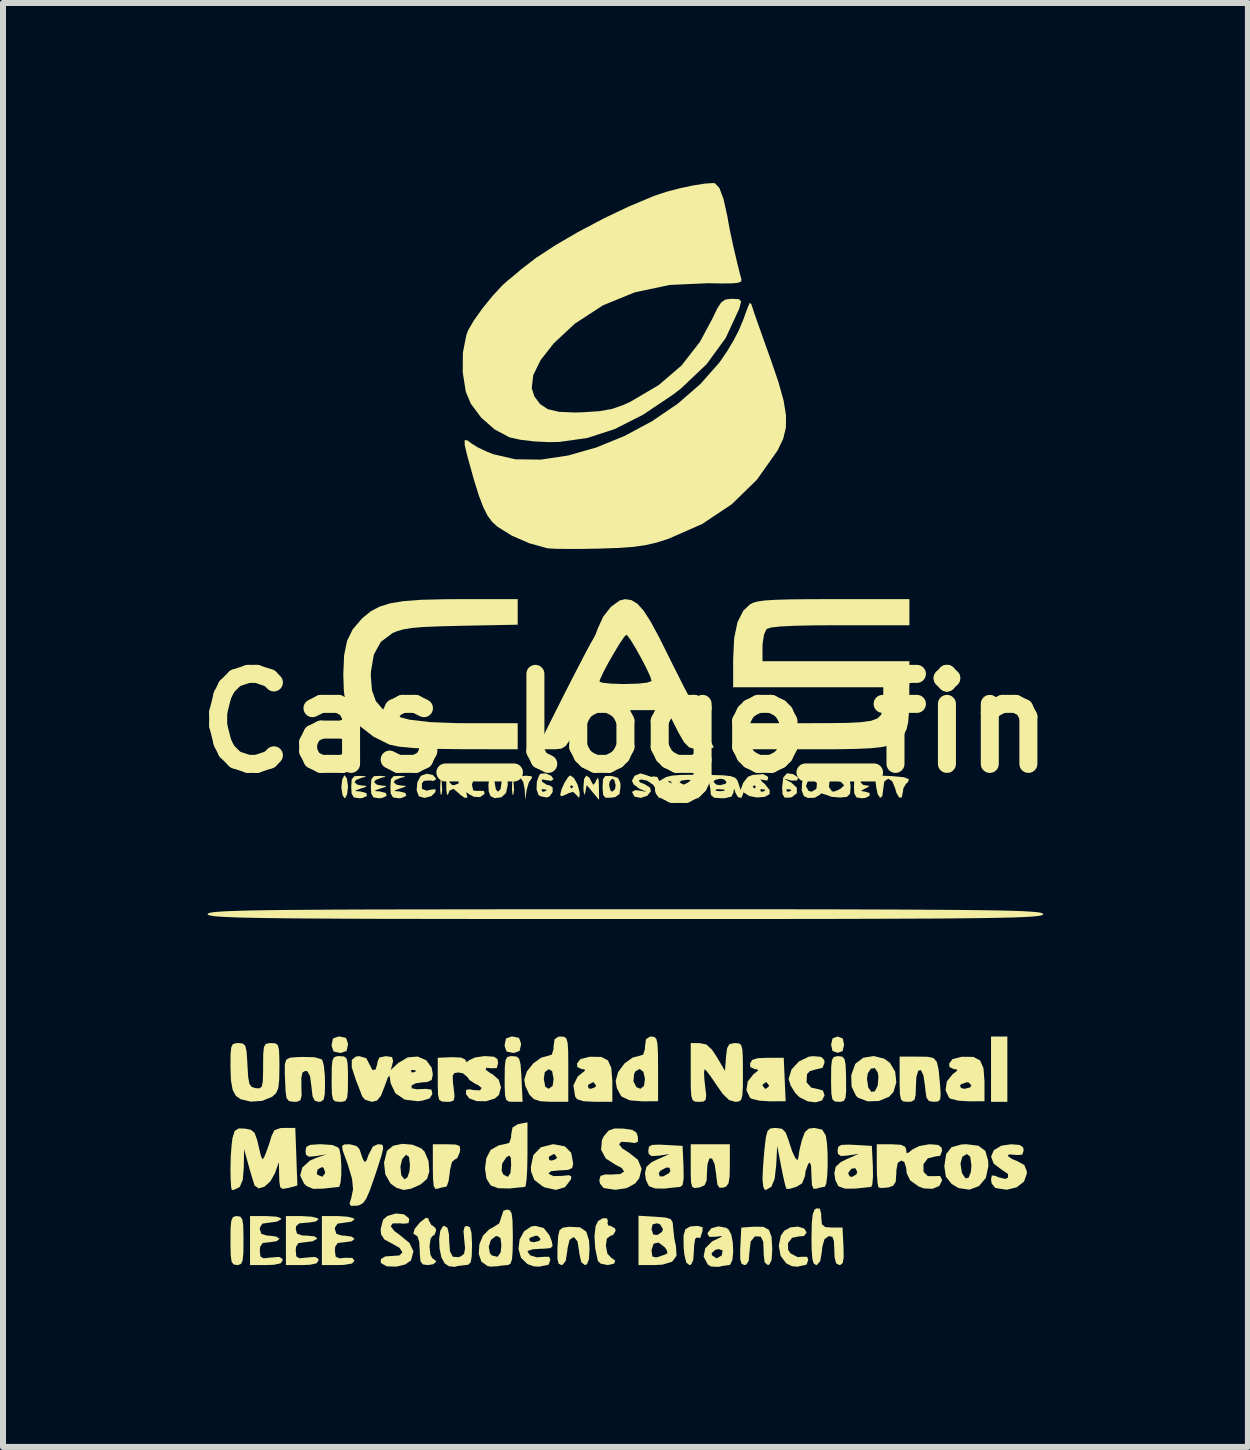
<source format=kicad_pcb>
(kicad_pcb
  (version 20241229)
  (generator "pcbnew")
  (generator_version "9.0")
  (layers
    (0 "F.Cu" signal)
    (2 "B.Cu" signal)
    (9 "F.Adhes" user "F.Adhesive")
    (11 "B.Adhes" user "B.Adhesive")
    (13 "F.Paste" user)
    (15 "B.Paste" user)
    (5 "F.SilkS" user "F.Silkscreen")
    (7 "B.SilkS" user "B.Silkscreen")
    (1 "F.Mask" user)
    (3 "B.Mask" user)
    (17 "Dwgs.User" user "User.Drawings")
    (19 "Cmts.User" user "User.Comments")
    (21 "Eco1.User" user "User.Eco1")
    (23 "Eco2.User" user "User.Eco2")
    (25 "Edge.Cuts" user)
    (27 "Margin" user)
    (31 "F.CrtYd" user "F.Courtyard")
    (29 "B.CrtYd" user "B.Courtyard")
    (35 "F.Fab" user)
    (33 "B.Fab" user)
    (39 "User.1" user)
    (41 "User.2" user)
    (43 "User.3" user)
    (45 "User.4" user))
  (footprint "Cas_logo_fin"
    (layer "F.Cu")
    (at 7.371 9)
    (property "Reference" "Cas_logo_fin" (at 0 0 0) (layer "F.SilkS") (effects (font (size 1.5 1.5) (thickness 0.3))))
    (attr board_only exclude_from_pos_files exclude_from_bom)
    (fp_poly (pts (xy -3.062 0.966) (xy -3.053 1.108) (xy -3.063 1.184) (xy -3.078 1.196) (xy -3.086 1.118) (xy -3.086 1.061) (xy -3.081 0.955) (xy -3.069 0.939)) (stroke (width 0) (type solid)) (fill yes) (layer "F.SilkS"))
    (fp_poly (pts (xy -1.865 0.966) (xy -1.856 1.108) (xy -1.866 1.184) (xy -1.881 1.196) (xy -1.889 1.118) (xy -1.89 1.061) (xy -1.885 0.955) (xy -1.872 0.939)) (stroke (width 0) (type solid)) (fill yes) (layer "F.SilkS"))
    (fp_poly (pts (xy 3.621 5.253) (xy 3.644 5.357) (xy 3.619 5.464) (xy 3.535 5.493) (xy 3.45 5.461) (xy 3.427 5.357) (xy 3.452 5.251) (xy 3.535 5.221)) (stroke (width 0) (type solid)) (fill yes) (layer "F.SilkS"))
    (fp_poly (pts (xy 6.364 5.765) (xy 6.364 6.309) (xy 6.228 6.309) (xy 6.092 6.309) (xy 6.092 5.765) (xy 6.092 5.221) (xy 6.228 5.221) (xy 6.364 5.221)) (stroke (width 0) (type solid)) (fill yes) (layer "F.SilkS"))
    (fp_poly (pts (xy -4.656 5.244) (xy -4.624 5.332) (xy -4.623 5.357) (xy -4.646 5.461) (xy -4.734 5.493) (xy -4.759 5.493) (xy -4.863 5.471) (xy -4.894 5.382) (xy -4.895 5.357) (xy -4.873 5.254) (xy -4.784 5.222) (xy -4.759 5.221)) (stroke (width 0) (type solid)) (fill yes) (layer "F.SilkS"))
    (fp_poly (pts (xy -4.642 0.918) (xy -4.624 1.036) (xy -4.623 1.061) (xy -4.637 1.186) (xy -4.67 1.249) (xy -4.678 1.251) (xy -4.713 1.203) (xy -4.731 1.086) (xy -4.732 1.061) (xy -4.718 0.935) (xy -4.685 0.872) (xy -4.678 0.87)) (stroke (width 0) (type solid)) (fill yes) (layer "F.SilkS"))
    (fp_poly (pts (xy -1.773 5.244) (xy -1.741 5.332) (xy -1.74 5.357) (xy -1.763 5.461) (xy -1.851 5.493) (xy -1.876 5.493) (xy -1.98 5.471) (xy -2.012 5.382) (xy -2.012 5.357) (xy -1.99 5.254) (xy -1.902 5.222) (xy -1.876 5.221)) (stroke (width 0) (type solid)) (fill yes) (layer "F.SilkS"))
    (fp_poly (pts (xy -1.565 0.884) (xy -1.554 0.909) (xy -1.559 0.912) (xy -1.611 0.991) (xy -1.646 1.115) (xy -1.67 1.278) (xy -1.678 1.106) (xy -1.703 0.978) (xy -1.752 0.907) (xy -1.754 0.906) (xy -1.757 0.887) (xy -1.672 0.876) (xy -1.659 0.875)) (stroke (width 0) (type solid)) (fill yes) (layer "F.SilkS"))
    (fp_poly (pts (xy -1.812 5.555) (xy -1.771 5.591) (xy -1.748 5.682) (xy -1.735 5.849) (xy -1.731 5.929) (xy -1.713 6.309) (xy -1.863 6.309) (xy -1.941 6.305) (xy -1.986 6.277) (xy -2.006 6.2) (xy -2.012 6.052) (xy -2.012 5.928) (xy -2.01 5.729) (xy -1.998 5.616) (xy -1.969 5.563) (xy -1.913 5.548) (xy -1.881 5.548)) (stroke (width 0) (type solid)) (fill yes) (layer "F.SilkS"))
    (fp_poly (pts (xy -0.6 0.909) (xy -0.571 0.965) (xy -0.537 1.028) (xy -0.505 0.994) (xy -0.487 0.952) (xy -0.459 0.906) (xy -0.445 0.952) (xy -0.441 1.061) (xy -0.439 1.278) (xy -0.542 1.155) (xy -0.645 1.031) (xy -0.669 1.155) (xy -0.685 1.197) (xy -0.697 1.134) (xy -0.7 1.074) (xy -0.689 0.931) (xy -0.652 0.873)) (stroke (width 0) (type solid)) (fill yes) (layer "F.SilkS"))
    (fp_poly (pts (xy 1.287 8.4) (xy 1.284 8.462) (xy 1.255 8.551) (xy 1.251 8.574) (xy 1.216 8.577) (xy 1.197 8.566) (xy 1.162 8.592) (xy 1.144 8.71) (xy 1.142 8.781) (xy 1.13 8.947) (xy 1.092 9.022) (xy 1.066 9.029) (xy 1.015 8.989) (xy 0.983 8.861) (xy 0.97 8.73) (xy 0.968 8.539) (xy 0.999 8.432) (xy 1.081 8.385) (xy 1.207 8.376)) (stroke (width 0) (type solid)) (fill yes) (layer "F.SilkS"))
    (fp_poly (pts (xy -6.417 8.222) (xy -6.384 8.266) (xy -6.368 8.367) (xy -6.364 8.547) (xy -6.364 8.621) (xy -6.366 8.829) (xy -6.378 8.952) (xy -6.405 9.01) (xy -6.453 9.028) (xy -6.472 9.029) (xy -6.528 9.019) (xy -6.561 8.975) (xy -6.576 8.874) (xy -6.581 8.694) (xy -6.581 8.621) (xy -6.579 8.412) (xy -6.567 8.29) (xy -6.54 8.231) (xy -6.492 8.213) (xy -6.472 8.213)) (stroke (width 0) (type solid)) (fill yes) (layer "F.SilkS"))
    (fp_poly (pts (xy -4.688 5.553) (xy -4.647 5.586) (xy -4.629 5.669) (xy -4.623 5.827) (xy -4.623 5.928) (xy -4.625 6.127) (xy -4.637 6.241) (xy -4.667 6.294) (xy -4.723 6.309) (xy -4.759 6.309) (xy -4.83 6.304) (xy -4.871 6.271) (xy -4.89 6.188) (xy -4.895 6.03) (xy -4.895 5.928) (xy -4.893 5.73) (xy -4.881 5.616) (xy -4.852 5.563) (xy -4.795 5.548) (xy -4.759 5.548)) (stroke (width 0) (type solid)) (fill yes) (layer "F.SilkS"))
    (fp_poly (pts (xy -2.825 7.021) (xy -2.761 7.047) (xy -2.753 7.11) (xy -2.76 7.15) (xy -2.801 7.247) (xy -2.848 7.273) (xy -2.891 7.314) (xy -2.921 7.439) (xy -2.927 7.492) (xy -2.947 7.633) (xy -2.977 7.715) (xy -2.99 7.723) (xy -3.078 7.741) (xy -3.123 7.756) (xy -3.168 7.759) (xy -3.194 7.711) (xy -3.206 7.592) (xy -3.209 7.403) (xy -3.209 7.016) (xy -2.972 7.016)) (stroke (width 0) (type solid)) (fill yes) (layer "F.SilkS"))
    (fp_poly (pts (xy -1.969 0.916) (xy -1.96 1.025) (xy -1.988 1.158) (xy -1.991 1.165) (xy -2.067 1.235) (xy -2.179 1.249) (xy -2.248 1.215) (xy -2.278 1.137) (xy -2.283 1.021) (xy -2.266 0.916) (xy -2.23 0.87) (xy -2.23 0.87) (xy -2.189 0.917) (xy -2.176 1.006) (xy -2.157 1.108) (xy -2.121 1.142) (xy -2.08 1.096) (xy -2.067 1.006) (xy -2.048 0.904) (xy -2.012 0.87)) (stroke (width 0) (type solid)) (fill yes) (layer "F.SilkS"))
    (fp_poly (pts (xy 3.613 5.556) (xy 3.65 5.596) (xy 3.669 5.69) (xy 3.676 5.863) (xy 3.677 5.929) (xy 3.678 6.128) (xy 3.668 6.242) (xy 3.639 6.294) (xy 3.585 6.309) (xy 3.555 6.309) (xy 3.488 6.303) (xy 3.449 6.267) (xy 3.432 6.179) (xy 3.427 6.014) (xy 3.427 5.928) (xy 3.429 5.729) (xy 3.441 5.615) (xy 3.471 5.563) (xy 3.526 5.549) (xy 3.549 5.548)) (stroke (width 0) (type solid)) (fill yes) (layer "F.SilkS"))
    (fp_poly (pts (xy 4.444 0.882) (xy 4.638 0.9) (xy 4.725 0.934) (xy 4.707 0.985) (xy 4.678 1.006) (xy 4.632 1.083) (xy 4.623 1.145) (xy 4.604 1.238) (xy 4.562 1.239) (xy 4.515 1.16) (xy 4.495 1.088) (xy 4.446 0.967) (xy 4.38 0.925) (xy 4.314 0.971) (xy 4.297 1.088) (xy 4.281 1.215) (xy 4.244 1.245) (xy 4.202 1.18) (xy 4.178 1.06) (xy 4.155 0.869)) (stroke (width 0) (type solid)) (fill yes) (layer "F.SilkS"))
    (fp_poly (pts (xy -3.209 0.862) (xy -3.155 0.924) (xy -3.155 0.934) (xy -3.197 0.963) (xy -3.257 0.954) (xy -3.358 0.961) (xy -3.391 1.003) (xy -3.39 1.094) (xy -3.312 1.124) (xy -3.234 1.106) (xy -3.165 1.1) (xy -3.165 1.147) (xy -3.234 1.216) (xy -3.347 1.245) (xy -3.44 1.219) (xy -3.442 1.217) (xy -3.479 1.117) (xy -3.467 0.984) (xy -3.411 0.88) (xy -3.406 0.876) (xy -3.31 0.842)) (stroke (width 0) (type solid)) (fill yes) (layer "F.SilkS"))
    (fp_poly (pts (xy -4.326 0.885) (xy -4.336 0.897) (xy -4.392 0.909) (xy -4.487 0.946) (xy -4.514 0.983) (xy -4.468 1.024) (xy -4.392 1.039) (xy -4.311 1.045) (xy -4.328 1.062) (xy -4.406 1.088) (xy -4.497 1.12) (xy -4.488 1.132) (xy -4.419 1.137) (xy -4.317 1.164) (xy -4.306 1.212) (xy -4.382 1.247) (xy -4.433 1.251) (xy -4.525 1.237) (xy -4.562 1.173) (xy -4.569 1.061) (xy -4.56 0.933) (xy -4.516 0.883) (xy -4.419 0.878)) (stroke (width 0) (type solid)) (fill yes) (layer "F.SilkS"))
    (fp_poly (pts (xy -3.999 0.885) (xy -4.01 0.897) (xy -4.066 0.909) (xy -4.161 0.946) (xy -4.188 0.983) (xy -4.142 1.024) (xy -4.066 1.039) (xy -3.985 1.045) (xy -4.002 1.062) (xy -4.079 1.088) (xy -4.171 1.12) (xy -4.162 1.132) (xy -4.093 1.137) (xy -3.99 1.164) (xy -3.979 1.212) (xy -4.056 1.247) (xy -4.106 1.251) (xy -4.198 1.237) (xy -4.236 1.173) (xy -4.242 1.061) (xy -4.233 0.933) (xy -4.19 0.883) (xy -4.093 0.878)) (stroke (width 0) (type solid)) (fill yes) (layer "F.SilkS"))
    (fp_poly (pts (xy -3.673 0.885) (xy -3.683 0.897) (xy -3.739 0.909) (xy -3.835 0.946) (xy -3.862 0.983) (xy -3.815 1.024) (xy -3.739 1.039) (xy -3.658 1.045) (xy -3.676 1.062) (xy -3.753 1.088) (xy -3.844 1.12) (xy -3.835 1.132) (xy -3.766 1.137) (xy -3.664 1.164) (xy -3.653 1.212) (xy -3.73 1.247) (xy -3.78 1.251) (xy -3.872 1.237) (xy -3.91 1.173) (xy -3.916 1.061) (xy -3.907 0.933) (xy -3.863 0.883) (xy -3.766 0.878)) (stroke (width 0) (type solid)) (fill yes) (layer "F.SilkS"))
    (fp_poly (pts (xy -0.856 0.916) (xy -0.797 1.024) (xy -0.764 1.149) (xy -0.762 1.179) (xy -0.771 1.245) (xy -0.808 1.207) (xy -0.815 1.197) (xy -0.872 1.144) (xy -0.956 1.17) (xy -0.977 1.183) (xy -1.06 1.217) (xy -1.088 1.2) (xy -1.065 1.103) (xy -1.046 1.061) (xy -0.925 1.061) (xy -0.897 1.088) (xy -0.87 1.061) (xy -0.897 1.033) (xy -0.925 1.061) (xy -1.046 1.061) (xy -1.012 0.986) (xy -0.952 0.895) (xy -0.918 0.87)) (stroke (width 0) (type solid)) (fill yes) (layer "F.SilkS"))
    (fp_poly (pts (xy 4.039 0.887) (xy 4.019 0.906) (xy 4.011 0.908) (xy 3.931 0.953) (xy 3.916 0.983) (xy 3.961 1.028) (xy 4.011 1.037) (xy 4.069 1.046) (xy 4.03 1.073) (xy 3.998 1.088) (xy 3.927 1.124) (xy 3.956 1.137) (xy 3.984 1.138) (xy 4.069 1.164) (xy 4.069 1.21) (xy 3.995 1.246) (xy 3.943 1.251) (xy 3.851 1.237) (xy 3.814 1.173) (xy 3.807 1.061) (xy 3.816 0.933) (xy 3.86 0.882) (xy 3.957 0.877)) (stroke (width 0) (type solid)) (fill yes) (layer "F.SilkS"))
    (fp_poly (pts (xy -0.305 8.252) (xy -0.291 8.304) (xy -0.301 8.325) (xy -0.287 8.369) (xy -0.248 8.376) (xy -0.174 8.418) (xy -0.163 8.458) (xy -0.207 8.53) (xy -0.245 8.539) (xy -0.309 8.587) (xy -0.326 8.704) (xy -0.301 8.837) (xy -0.245 8.9) (xy -0.169 8.955) (xy -0.189 9.006) (xy -0.297 9.029) (xy -0.301 9.029) (xy -0.412 9.005) (xy -0.459 8.961) (xy -0.503 8.754) (xy -0.516 8.549) (xy -0.497 8.382) (xy -0.457 8.296) (xy -0.373 8.247)) (stroke (width 0) (type solid)) (fill yes) (layer "F.SilkS"))
    (fp_poly (pts (xy 2.978 8.419) (xy 3.019 8.485) (xy 2.976 8.546) (xy 2.9 8.55) (xy 2.778 8.575) (xy 2.709 8.663) (xy 2.712 8.777) (xy 2.753 8.836) (xy 2.87 8.896) (xy 2.943 8.891) (xy 3.028 8.891) (xy 3.046 8.943) (xy 3.02 9.018) (xy 2.996 9.029) (xy 2.902 9.047) (xy 2.873 9.057) (xy 2.778 9.049) (xy 2.678 8.999) (xy 2.586 8.876) (xy 2.555 8.707) (xy 2.589 8.541) (xy 2.645 8.459) (xy 2.75 8.401) (xy 2.875 8.388)) (stroke (width 0) (type solid)) (fill yes) (layer "F.SilkS"))
    (fp_poly (pts (xy 3.261 5.56) (xy 3.312 5.61) (xy 3.318 5.657) (xy 3.284 5.743) (xy 3.188 5.765) (xy 3.075 5.796) (xy 3.026 5.847) (xy 3.018 5.983) (xy 3.096 6.072) (xy 3.188 6.092) (xy 3.291 6.12) (xy 3.318 6.2) (xy 3.276 6.286) (xy 3.172 6.318) (xy 3.038 6.301) (xy 2.904 6.235) (xy 2.832 6.166) (xy 2.754 6.039) (xy 2.72 5.931) (xy 2.719 5.928) (xy 2.768 5.769) (xy 2.892 5.635) (xy 3.057 5.556) (xy 3.131 5.548)) (stroke (width 0) (type solid)) (fill yes) (layer "F.SilkS"))
    (fp_poly (pts (xy -0.231 0.88) (xy -0.124 0.911) (xy -0.085 0.992) (xy -0.082 1.061) (xy -0.098 1.18) (xy -0.169 1.23) (xy -0.231 1.241) (xy -0.33 1.243) (xy -0.372 1.196) (xy -0.381 1.073) (xy -0.381 1.061) (xy -0.379 1.033) (xy -0.272 1.033) (xy -0.249 1.122) (xy -0.218 1.142) (xy -0.173 1.097) (xy -0.163 1.033) (xy -0.186 0.945) (xy -0.218 0.925) (xy -0.262 0.97) (xy -0.272 1.033) (xy -0.379 1.033) (xy -0.373 0.931) (xy -0.335 0.88) (xy -0.24 0.879)) (stroke (width 0) (type solid)) (fill yes) (layer "F.SilkS"))
    (fp_poly (pts (xy 2.796 0.849) (xy 2.876 0.906) (xy 2.862 0.954) (xy 2.767 0.957) (xy 2.76 0.955) (xy 2.638 0.924) (xy 2.762 0.988) (xy 2.856 1.075) (xy 2.857 1.167) (xy 2.771 1.233) (xy 2.733 1.241) (xy 2.651 1.239) (xy 2.617 1.18) (xy 2.613 1.106) (xy 2.683 1.106) (xy 2.691 1.138) (xy 2.719 1.142) (xy 2.764 1.122) (xy 2.756 1.106) (xy 2.691 1.099) (xy 2.683 1.106) (xy 2.613 1.106) (xy 2.611 1.068) (xy 2.63 0.904) (xy 2.693 0.835)) (stroke (width 0) (type solid)) (fill yes) (layer "F.SilkS"))
    (fp_poly (pts (xy 1.74 7.363) (xy 1.736 7.556) (xy 1.718 7.667) (xy 1.678 7.721) (xy 1.634 7.738) (xy 1.568 7.741) (xy 1.533 7.689) (xy 1.515 7.558) (xy 1.512 7.518) (xy 1.485 7.343) (xy 1.443 7.253) (xy 1.399 7.254) (xy 1.367 7.35) (xy 1.36 7.468) (xy 1.353 7.621) (xy 1.32 7.698) (xy 1.246 7.732) (xy 1.224 7.737) (xy 1.152 7.746) (xy 1.112 7.724) (xy 1.093 7.648) (xy 1.088 7.497) (xy 1.088 7.389) (xy 1.088 7.016) (xy 1.414 7.016) (xy 1.74 7.016)) (stroke (width 0) (type solid)) (fill yes) (layer "F.SilkS"))
    (fp_poly (pts (xy 2.299 8.392) (xy 2.391 8.442) (xy 2.435 8.56) (xy 2.447 8.766) (xy 2.447 8.77) (xy 2.436 8.942) (xy 2.399 9.02) (xy 2.373 9.029) (xy 2.32 8.985) (xy 2.303 8.848) (xy 2.304 8.815) (xy 2.296 8.638) (xy 2.254 8.555) (xy 2.171 8.551) (xy 2.151 8.558) (xy 2.087 8.638) (xy 2.067 8.809) (xy 2.054 8.96) (xy 2.012 9.023) (xy 1.983 9.029) (xy 1.935 9.008) (xy 1.913 8.932) (xy 1.912 8.777) (xy 1.915 8.717) (xy 1.931 8.405) (xy 2.144 8.389)) (stroke (width 0) (type solid)) (fill yes) (layer "F.SilkS"))
    (fp_poly (pts (xy -1.236 0.877) (xy -1.197 0.934) (xy -1.239 0.961) (xy -1.312 0.95) (xy -1.393 0.938) (xy -1.391 0.973) (xy -1.308 1.028) (xy -1.271 1.033) (xy -1.213 1.069) (xy -1.212 1.146) (xy -1.261 1.217) (xy -1.307 1.238) (xy -1.416 1.218) (xy -1.448 1.195) (xy -1.48 1.106) (xy -1.396 1.106) (xy -1.389 1.138) (xy -1.36 1.142) (xy -1.315 1.122) (xy -1.323 1.106) (xy -1.388 1.099) (xy -1.396 1.106) (xy -1.48 1.106) (xy -1.481 1.102) (xy -1.475 0.971) (xy -1.435 0.864) (xy -1.413 0.842) (xy -1.327 0.836)) (stroke (width 0) (type solid)) (fill yes) (layer "F.SilkS"))
    (fp_poly (pts (xy -0.757 8.4) (xy -0.653 8.471) (xy -0.606 8.62) (xy -0.598 8.763) (xy -0.608 8.934) (xy -0.641 9.016) (xy -0.677 9.029) (xy -0.736 8.981) (xy -0.769 8.834) (xy -0.772 8.798) (xy -0.798 8.636) (xy -0.851 8.57) (xy -0.87 8.566) (xy -0.93 8.608) (xy -0.963 8.742) (xy -0.969 8.798) (xy -0.995 8.96) (xy -1.048 9.026) (xy -1.066 9.029) (xy -1.113 9.006) (xy -1.133 8.924) (xy -1.133 8.76) (xy -1.131 8.717) (xy -1.12 8.542) (xy -1.097 8.447) (xy -1.045 8.407) (xy -0.949 8.392) (xy -0.93 8.391)) (stroke (width 0) (type solid)) (fill yes) (layer "F.SilkS"))
    (fp_poly (pts (xy 4.307 5.588) (xy 4.406 5.657) (xy 4.495 5.807) (xy 4.514 5.984) (xy 4.466 6.145) (xy 4.393 6.225) (xy 4.223 6.295) (xy 4.037 6.301) (xy 3.881 6.243) (xy 3.843 6.21) (xy 3.768 6.054) (xy 3.764 5.925) (xy 4.025 5.925) (xy 4.046 6.068) (xy 4.095 6.142) (xy 4.155 6.135) (xy 4.204 6.037) (xy 4.215 5.893) (xy 4.205 5.823) (xy 4.156 5.747) (xy 4.091 5.756) (xy 4.039 5.833) (xy 4.025 5.925) (xy 3.764 5.925) (xy 3.763 5.863) (xy 3.828 5.682) (xy 3.838 5.669) (xy 3.964 5.574) (xy 4.134 5.546)) (stroke (width 0) (type solid)) (fill yes) (layer "F.SilkS"))
    (fp_poly (pts (xy 5.882 7.041) (xy 5.997 7.127) (xy 6.044 7.29) (xy 6.048 7.38) (xy 6.005 7.578) (xy 5.891 7.713) (xy 5.731 7.773) (xy 5.55 7.746) (xy 5.434 7.676) (xy 5.339 7.556) (xy 5.314 7.386) (xy 5.314 7.375) (xy 5.32 7.339) (xy 5.583 7.339) (xy 5.606 7.487) (xy 5.61 7.498) (xy 5.665 7.584) (xy 5.718 7.574) (xy 5.756 7.48) (xy 5.765 7.367) (xy 5.745 7.224) (xy 5.69 7.179) (xy 5.614 7.225) (xy 5.583 7.339) (xy 5.32 7.339) (xy 5.345 7.178) (xy 5.434 7.065) (xy 5.6 7.019) (xy 5.684 7.016)) (stroke (width 0) (type solid)) (fill yes) (layer "F.SilkS"))
    (fp_poly (pts (xy -4.07 7.019) (xy -4.04 7.038) (xy -4.038 7.094) (xy -4.064 7.203) (xy -4.122 7.385) (xy -4.18 7.56) (xy -4.258 7.783) (xy -4.318 7.922) (xy -4.373 7.998) (xy -4.436 8.032) (xy -4.479 8.04) (xy -4.578 8.043) (xy -4.596 7.998) (xy -4.569 7.914) (xy -4.538 7.768) (xy -4.555 7.592) (xy -4.624 7.359) (xy -4.655 7.274) (xy -4.71 7.122) (xy -4.722 7.046) (xy -4.685 7.019) (xy -4.594 7.016) (xy -4.481 7.045) (xy -4.431 7.098) (xy -4.379 7.254) (xy -4.343 7.314) (xy -4.313 7.284) (xy -4.281 7.193) (xy -4.208 7.054) (xy -4.126 7.016)) (stroke (width 0) (type solid)) (fill yes) (layer "F.SilkS"))
    (fp_poly (pts (xy -3.286 8.249) (xy -3.273 8.29) (xy -3.232 8.365) (xy -3.205 8.376) (xy -3.16 8.42) (xy -3.155 8.458) (xy -3.184 8.53) (xy -3.209 8.539) (xy -3.245 8.587) (xy -3.263 8.705) (xy -3.263 8.73) (xy -3.25 8.855) (xy -3.216 8.918) (xy -3.209 8.92) (xy -3.156 8.961) (xy -3.155 8.974) (xy -3.201 9.015) (xy -3.291 9.029) (xy -3.374 9.019) (xy -3.414 8.969) (xy -3.426 8.85) (xy -3.427 8.784) (xy -3.437 8.638) (xy -3.465 8.55) (xy -3.481 8.539) (xy -3.533 8.507) (xy -3.512 8.426) (xy -3.427 8.322) (xy -3.413 8.31) (xy -3.325 8.242)) (stroke (width 0) (type solid)) (fill yes) (layer "F.SilkS"))
    (fp_poly (pts (xy 2.654 5.937) (xy 2.67 6.299) (xy 2.403 6.301) (xy 2.234 6.29) (xy 2.108 6.26) (xy 2.075 6.241) (xy 2.016 6.115) (xy 2.028 6.037) (xy 2.284 6.037) (xy 2.326 6.09) (xy 2.339 6.092) (xy 2.392 6.05) (xy 2.393 6.037) (xy 2.352 5.984) (xy 2.339 5.983) (xy 2.286 6.024) (xy 2.284 6.037) (xy 2.028 6.037) (xy 2.038 5.969) (xy 2.133 5.85) (xy 2.133 5.85) (xy 2.21 5.789) (xy 2.199 5.767) (xy 2.157 5.765) (xy 2.081 5.73) (xy 2.077 5.67) (xy 2.112 5.611) (xy 2.205 5.582) (xy 2.367 5.575) (xy 2.638 5.575)) (stroke (width 0) (type solid)) (fill yes) (layer "F.SilkS"))
    (fp_poly (pts (xy -3.547 7.024) (xy -3.402 7.084) (xy -3.348 7.137) (xy -3.281 7.294) (xy -3.267 7.467) (xy -3.305 7.593) (xy -3.413 7.686) (xy -3.57 7.756) (xy -3.695 7.778) (xy -3.816 7.741) (xy -3.916 7.669) (xy -4.001 7.516) (xy -4.015 7.389) (xy -3.749 7.389) (xy -3.736 7.524) (xy -3.73 7.54) (xy -3.683 7.6) (xy -3.634 7.57) (xy -3.599 7.469) (xy -3.59 7.362) (xy -3.606 7.226) (xy -3.654 7.192) (xy -3.658 7.193) (xy -3.719 7.262) (xy -3.749 7.389) (xy -4.015 7.389) (xy -4.022 7.32) (xy -3.974 7.131) (xy -3.969 7.121) (xy -3.871 7.041) (xy -3.717 7.009)) (stroke (width 0) (type solid)) (fill yes) (layer "F.SilkS"))
    (fp_poly (pts (xy -2.59 8.402) (xy -2.565 8.493) (xy -2.556 8.67) (xy -2.556 8.702) (xy -2.561 8.885) (xy -2.578 8.984) (xy -2.618 9.023) (xy -2.661 9.029) (xy -2.792 9.044) (xy -2.844 9.059) (xy -2.941 9.049) (xy -3.012 9.001) (xy -3.067 8.899) (xy -3.097 8.752) (xy -3.104 8.593) (xy -3.085 8.459) (xy -3.041 8.382) (xy -3.019 8.376) (xy -2.965 8.408) (xy -2.94 8.518) (xy -2.937 8.618) (xy -2.923 8.8) (xy -2.876 8.89) (xy -2.786 8.898) (xy -2.745 8.885) (xy -2.688 8.841) (xy -2.672 8.748) (xy -2.685 8.613) (xy -2.698 8.461) (xy -2.679 8.39) (xy -2.637 8.376)) (stroke (width 0) (type solid)) (fill yes) (layer "F.SilkS"))
    (fp_poly (pts (xy 5.034 5.558) (xy 5.134 5.58) (xy 5.189 5.644) (xy 5.218 5.771) (xy 5.239 5.984) (xy 5.24 5.996) (xy 5.253 6.172) (xy 5.246 6.266) (xy 5.211 6.303) (xy 5.139 6.309) (xy 5.139 6.309) (xy 5.059 6.297) (xy 5.017 6.241) (xy 4.998 6.114) (xy 4.993 6.055) (xy 4.966 5.87) (xy 4.924 5.781) (xy 4.88 5.79) (xy 4.848 5.898) (xy 4.841 6.033) (xy 4.836 6.196) (xy 4.815 6.278) (xy 4.762 6.306) (xy 4.705 6.309) (xy 4.633 6.304) (xy 4.593 6.271) (xy 4.574 6.187) (xy 4.569 6.028) (xy 4.569 5.932) (xy 4.569 5.556) (xy 4.871 5.556)) (stroke (width 0) (type solid)) (fill yes) (layer "F.SilkS"))
    (fp_poly (pts (xy -3.691 8.183) (xy -3.61 8.248) (xy -3.602 8.272) (xy -3.614 8.33) (xy -3.697 8.34) (xy -3.751 8.334) (xy -3.877 8.335) (xy -3.911 8.382) (xy -3.849 8.463) (xy -3.766 8.523) (xy -3.597 8.662) (xy -3.532 8.8) (xy -3.57 8.944) (xy -3.578 8.956) (xy -3.669 9.019) (xy -3.816 9.055) (xy -3.966 9.051) (xy -3.984 9.047) (xy -4.075 8.994) (xy -4.076 8.931) (xy -4.002 8.885) (xy -3.908 8.879) (xy -3.765 8.868) (xy -3.716 8.817) (xy -3.762 8.743) (xy -3.884 8.674) (xy -4.016 8.603) (xy -4.071 8.517) (xy -4.079 8.432) (xy -4.039 8.275) (xy -3.968 8.211) (xy -3.824 8.169)) (stroke (width 0) (type solid)) (fill yes) (layer "F.SilkS"))
    (fp_poly (pts (xy -0.402 5.561) (xy -0.292 5.618) (xy -0.235 5.746) (xy -0.218 5.962) (xy -0.218 5.99) (xy -0.218 6.309) (xy -0.511 6.309) (xy -0.7 6.299) (xy -0.804 6.266) (xy -0.837 6.223) (xy -0.867 6.037) (xy -0.625 6.037) (xy -0.613 6.084) (xy -0.574 6.092) (xy -0.5 6.063) (xy -0.49 6.037) (xy -0.529 5.984) (xy -0.541 5.983) (xy -0.614 6.022) (xy -0.625 6.037) (xy -0.867 6.037) (xy -0.867 6.036) (xy -0.797 5.89) (xy -0.749 5.85) (xy -0.673 5.789) (xy -0.684 5.767) (xy -0.726 5.765) (xy -0.802 5.729) (xy -0.806 5.67) (xy -0.749 5.597) (xy -0.605 5.56) (xy -0.58 5.558)) (stroke (width 0) (type solid)) (fill yes) (layer "F.SilkS"))
    (fp_poly (pts (xy 6.566 7.027) (xy 6.626 7.067) (xy 6.636 7.118) (xy 6.611 7.19) (xy 6.521 7.196) (xy 6.5 7.193) (xy 6.389 7.185) (xy 6.372 7.213) (xy 6.444 7.263) (xy 6.527 7.296) (xy 6.647 7.362) (xy 6.688 7.465) (xy 6.69 7.502) (xy 6.642 7.638) (xy 6.52 7.733) (xy 6.353 7.774) (xy 6.171 7.746) (xy 6.16 7.742) (xy 6.103 7.671) (xy 6.092 7.608) (xy 6.105 7.536) (xy 6.167 7.543) (xy 6.206 7.563) (xy 6.329 7.594) (xy 6.375 7.571) (xy 6.375 7.511) (xy 6.274 7.443) (xy 6.136 7.339) (xy 6.093 7.222) (xy 6.138 7.115) (xy 6.263 7.04) (xy 6.425 7.016)) (stroke (width 0) (type solid)) (fill yes) (layer "F.SilkS"))
    (fp_poly (pts (xy -4.631 8.223) (xy -4.533 8.248) (xy -4.514 8.267) (xy -4.562 8.305) (xy -4.675 8.322) (xy -4.678 8.322) (xy -4.797 8.339) (xy -4.839 8.402) (xy -4.841 8.43) (xy -4.815 8.51) (xy -4.72 8.538) (xy -4.678 8.539) (xy -4.563 8.555) (xy -4.514 8.593) (xy -4.514 8.594) (xy -4.562 8.632) (xy -4.675 8.648) (xy -4.678 8.648) (xy -4.794 8.662) (xy -4.836 8.725) (xy -4.841 8.79) (xy -4.828 8.888) (xy -4.767 8.917) (xy -4.678 8.908) (xy -4.551 8.909) (xy -4.514 8.957) (xy -4.557 9.004) (xy -4.691 9.026) (xy -4.786 9.029) (xy -5.058 9.029) (xy -5.058 8.621) (xy -5.058 8.213) (xy -4.786 8.213)) (stroke (width 0) (type solid)) (fill yes) (layer "F.SilkS"))
    (fp_poly (pts (xy 3.24 8.089) (xy 3.262 8.174) (xy 3.263 8.229) (xy 3.274 8.349) (xy 3.329 8.396) (xy 3.44 8.404) (xy 3.617 8.403) (xy 3.633 8.716) (xy 3.637 8.897) (xy 3.622 8.993) (xy 3.582 9.027) (xy 3.565 9.029) (xy 3.511 9) (xy 3.485 8.899) (xy 3.481 8.78) (xy 3.474 8.627) (xy 3.447 8.558) (xy 3.391 8.548) (xy 3.386 8.549) (xy 3.317 8.598) (xy 3.281 8.725) (xy 3.274 8.798) (xy 3.246 8.963) (xy 3.191 9.027) (xy 3.179 9.029) (xy 3.139 9.006) (xy 3.115 8.927) (xy 3.103 8.772) (xy 3.1 8.572) (xy 3.105 8.335) (xy 3.12 8.187) (xy 3.15 8.108) (xy 3.182 8.084)) (stroke (width 0) (type solid)) (fill yes) (layer "F.SilkS"))
    (fp_poly (pts (xy 5.799 5.561) (xy 5.91 5.62) (xy 5.966 5.749) (xy 5.983 5.966) (xy 5.983 5.984) (xy 5.983 6.299) (xy 5.719 6.301) (xy 5.551 6.29) (xy 5.425 6.26) (xy 5.392 6.241) (xy 5.334 6.115) (xy 5.345 6.037) (xy 5.575 6.037) (xy 5.592 6.08) (xy 5.653 6.092) (xy 5.743 6.069) (xy 5.765 6.037) (xy 5.721 5.988) (xy 5.687 5.983) (xy 5.594 6.016) (xy 5.575 6.037) (xy 5.345 6.037) (xy 5.356 5.969) (xy 5.451 5.85) (xy 5.451 5.85) (xy 5.528 5.789) (xy 5.516 5.767) (xy 5.474 5.765) (xy 5.399 5.729) (xy 5.395 5.67) (xy 5.451 5.597) (xy 5.596 5.56) (xy 5.62 5.558)) (stroke (width 0) (type solid)) (fill yes) (layer "F.SilkS"))
    (fp_poly (pts (xy -5.816 8.222) (xy -5.739 8.248) (xy -5.738 8.267) (xy -5.812 8.306) (xy -5.932 8.322) (xy -6.05 8.339) (xy -6.09 8.405) (xy -6.092 8.43) (xy -6.066 8.51) (xy -5.971 8.538) (xy -5.928 8.539) (xy -5.814 8.555) (xy -5.765 8.593) (xy -5.765 8.594) (xy -5.813 8.632) (xy -5.926 8.648) (xy -5.928 8.648) (xy -6.045 8.662) (xy -6.087 8.725) (xy -6.092 8.791) (xy -6.082 8.885) (xy -6.032 8.916) (xy -5.909 8.904) (xy -5.901 8.903) (xy -5.768 8.893) (xy -5.715 8.926) (xy -5.711 8.951) (xy -5.744 9) (xy -5.855 9.024) (xy -5.983 9.029) (xy -6.255 9.029) (xy -6.255 8.621) (xy -6.255 8.213) (xy -5.98 8.213)) (stroke (width 0) (type solid)) (fill yes) (layer "F.SilkS"))
    (fp_poly (pts (xy -5.229 8.223) (xy -5.131 8.248) (xy -5.113 8.267) (xy -5.16 8.303) (xy -5.278 8.321) (xy -5.303 8.322) (xy -5.434 8.334) (xy -5.487 8.381) (xy -5.493 8.43) (xy -5.472 8.505) (xy -5.391 8.535) (xy -5.3 8.539) (xy -5.176 8.552) (xy -5.137 8.586) (xy -5.14 8.594) (xy -5.213 8.633) (xy -5.333 8.648) (xy -5.448 8.663) (xy -5.49 8.728) (xy -5.493 8.791) (xy -5.484 8.885) (xy -5.433 8.916) (xy -5.311 8.904) (xy -5.303 8.903) (xy -5.17 8.893) (xy -5.116 8.926) (xy -5.113 8.951) (xy -5.146 9) (xy -5.256 9.024) (xy -5.385 9.029) (xy -5.657 9.029) (xy -5.657 8.621) (xy -5.657 8.213) (xy -5.385 8.213)) (stroke (width 0) (type solid)) (fill yes) (layer "F.SilkS"))
    (fp_poly (pts (xy -5.181 5.566) (xy -5.065 5.6) (xy -5.049 5.616) (xy -5.025 5.705) (xy -5.009 5.863) (xy -5.005 5.996) (xy -5.009 6.174) (xy -5.027 6.269) (xy -5.07 6.305) (xy -5.11 6.309) (xy -5.176 6.291) (xy -5.213 6.217) (xy -5.231 6.063) (xy -5.232 6.051) (xy -5.255 5.88) (xy -5.298 5.802) (xy -5.33 5.793) (xy -5.38 5.819) (xy -5.4 5.912) (xy -5.399 6.051) (xy -5.395 6.207) (xy -5.415 6.283) (xy -5.47 6.307) (xy -5.521 6.309) (xy -5.605 6.298) (xy -5.647 6.246) (xy -5.664 6.123) (xy -5.666 6.064) (xy -5.676 5.832) (xy -5.675 5.687) (xy -5.652 5.608) (xy -5.595 5.575) (xy -5.492 5.565) (xy -5.388 5.561)) (stroke (width 0) (type solid)) (fill yes) (layer "F.SilkS"))
    (fp_poly (pts (xy -0.038 6.755) (xy 0.112 6.776) (xy 0.184 6.822) (xy 0.208 6.893) (xy 0.208 6.975) (xy 0.154 6.996) (xy 0.058 6.982) (xy -0.069 6.976) (xy -0.106 7.016) (xy -0.052 7.086) (xy 0.048 7.149) (xy 0.208 7.274) (xy 0.27 7.425) (xy 0.23 7.583) (xy 0.163 7.669) (xy 0.021 7.747) (xy -0.168 7.775) (xy -0.353 7.747) (xy -0.367 7.742) (xy -0.424 7.671) (xy -0.435 7.612) (xy -0.415 7.543) (xy -0.336 7.519) (xy -0.237 7.521) (xy -0.085 7.512) (xy -0.023 7.471) (xy -0.06 7.412) (xy -0.161 7.36) (xy -0.327 7.254) (xy -0.406 7.108) (xy -0.391 6.943) (xy -0.358 6.88) (xy -0.28 6.788) (xy -0.181 6.753)) (stroke (width 0) (type solid)) (fill yes) (layer "F.SilkS"))
    (fp_poly (pts (xy -1.018 5.226) (xy -0.983 5.255) (xy -0.963 5.326) (xy -0.954 5.46) (xy -0.952 5.677) (xy -0.952 5.765) (xy -0.952 6.309) (xy -1.234 6.309) (xy -1.416 6.3) (xy -1.526 6.264) (xy -1.601 6.189) (xy -1.601 6.188) (xy -1.667 6.048) (xy -1.686 5.941) (xy -1.682 5.928) (xy -1.36 5.928) (xy -1.335 6.058) (xy -1.278 6.092) (xy -1.213 6.043) (xy -1.197 5.928) (xy -1.221 5.799) (xy -1.278 5.765) (xy -1.343 5.814) (xy -1.36 5.928) (xy -1.682 5.928) (xy -1.642 5.803) (xy -1.535 5.668) (xy -1.401 5.572) (xy -1.308 5.548) (xy -1.227 5.523) (xy -1.198 5.43) (xy -1.197 5.385) (xy -1.181 5.267) (xy -1.119 5.224) (xy -1.074 5.221)) (stroke (width 0) (type solid)) (fill yes) (layer "F.SilkS"))
    (fp_poly (pts (xy 0.485 5.229) (xy 0.517 5.265) (xy 0.534 5.348) (xy 0.542 5.5) (xy 0.544 5.739) (xy 0.544 5.76) (xy 0.544 6.299) (xy 0.278 6.301) (xy 0.07 6.284) (xy -0.057 6.225) (xy -0.076 6.207) (xy -0.143 6.079) (xy -0.162 5.97) (xy 0.134 5.97) (xy 0.184 6.065) (xy 0.251 6.092) (xy 0.309 6.043) (xy 0.326 5.928) (xy 0.299 5.809) (xy 0.237 5.762) (xy 0.169 5.799) (xy 0.144 5.847) (xy 0.134 5.97) (xy -0.162 5.97) (xy -0.163 5.963) (xy -0.121 5.812) (xy -0.015 5.669) (xy 0.121 5.571) (xy 0.215 5.548) (xy 0.296 5.523) (xy 0.325 5.43) (xy 0.326 5.385) (xy 0.343 5.265) (xy 0.407 5.223) (xy 0.435 5.221)) (stroke (width 0) (type solid)) (fill yes) (layer "F.SilkS"))
    (fp_poly (pts (xy 3.821 7.027) (xy 4.106 7.043) (xy 4.123 7.383) (xy 4.125 7.56) (xy 4.114 7.684) (xy 4.095 7.727) (xy 4.018 7.735) (xy 3.878 7.75) (xy 3.833 7.755) (xy 3.66 7.756) (xy 3.551 7.717) (xy 3.548 7.714) (xy 3.497 7.612) (xy 3.481 7.501) (xy 3.482 7.496) (xy 3.711 7.496) (xy 3.735 7.551) (xy 3.776 7.56) (xy 3.85 7.516) (xy 3.862 7.474) (xy 3.83 7.414) (xy 3.765 7.424) (xy 3.711 7.496) (xy 3.482 7.496) (xy 3.503 7.392) (xy 3.589 7.313) (xy 3.685 7.265) (xy 3.889 7.175) (xy 3.712 7.203) (xy 3.59 7.212) (xy 3.542 7.177) (xy 3.535 7.121) (xy 3.547 7.057) (xy 3.599 7.027) (xy 3.718 7.022)) (stroke (width 0) (type solid)) (fill yes) (layer "F.SilkS"))
    (fp_poly (pts (xy -1.632 7.187) (xy -1.636 7.414) (xy -1.646 7.594) (xy -1.661 7.704) (xy -1.672 7.727) (xy -1.748 7.734) (xy -1.887 7.748) (xy -1.931 7.753) (xy -2.118 7.749) (xy -2.244 7.703) (xy -2.316 7.588) (xy -2.334 7.462) (xy -2.062 7.462) (xy -2.031 7.524) (xy -1.958 7.559) (xy -1.915 7.492) (xy -1.904 7.363) (xy -1.91 7.239) (xy -1.936 7.204) (xy -1.985 7.234) (xy -2.054 7.34) (xy -2.062 7.462) (xy -2.334 7.462) (xy -2.34 7.421) (xy -2.318 7.249) (xy -2.249 7.116) (xy -2.239 7.106) (xy -2.113 7.035) (xy -2.022 7.016) (xy -1.935 6.993) (xy -1.905 6.903) (xy -1.904 6.859) (xy -1.882 6.738) (xy -1.799 6.684) (xy -1.768 6.677) (xy -1.632 6.651)) (stroke (width 0) (type solid)) (fill yes) (layer "F.SilkS"))
    (fp_poly (pts (xy 0.666 7.027) (xy 0.952 7.043) (xy 0.968 7.383) (xy 0.971 7.584) (xy 0.953 7.694) (xy 0.914 7.727) (xy 0.814 7.736) (xy 0.666 7.753) (xy 0.65 7.755) (xy 0.498 7.753) (xy 0.396 7.716) (xy 0.392 7.713) (xy 0.342 7.611) (xy 0.326 7.502) (xy 0.327 7.497) (xy 0.556 7.497) (xy 0.572 7.551) (xy 0.628 7.552) (xy 0.724 7.5) (xy 0.75 7.46) (xy 0.734 7.406) (xy 0.677 7.405) (xy 0.582 7.458) (xy 0.556 7.497) (xy 0.327 7.497) (xy 0.349 7.394) (xy 0.435 7.315) (xy 0.53 7.269) (xy 0.734 7.18) (xy 0.557 7.206) (xy 0.435 7.213) (xy 0.387 7.176) (xy 0.381 7.121) (xy 0.392 7.057) (xy 0.444 7.027) (xy 0.564 7.022)) (stroke (width 0) (type solid)) (fill yes) (layer "F.SilkS"))
    (fp_poly (pts (xy 1.674 8.407) (xy 1.716 8.433) (xy 1.763 8.518) (xy 1.79 8.656) (xy 1.796 8.811) (xy 1.782 8.945) (xy 1.746 9.022) (xy 1.727 9.029) (xy 1.619 9.044) (xy 1.55 9.059) (xy 1.43 9.054) (xy 1.373 9.021) (xy 1.303 8.888) (xy 1.314 8.831) (xy 1.437 8.831) (xy 1.441 8.865) (xy 1.519 8.918) (xy 1.6 8.872) (xy 1.607 8.862) (xy 1.619 8.786) (xy 1.552 8.762) (xy 1.495 8.777) (xy 1.437 8.831) (xy 1.314 8.831) (xy 1.329 8.75) (xy 1.443 8.636) (xy 1.482 8.616) (xy 1.593 8.563) (xy 1.61 8.545) (xy 1.535 8.553) (xy 1.507 8.557) (xy 1.398 8.559) (xy 1.369 8.513) (xy 1.371 8.491) (xy 1.433 8.415) (xy 1.549 8.384)) (stroke (width 0) (type solid)) (fill yes) (layer "F.SilkS"))
    (fp_poly (pts (xy -1.925 8.117) (xy -1.896 8.168) (xy -1.882 8.28) (xy -1.877 8.471) (xy -1.876 8.566) (xy -1.879 8.794) (xy -1.89 8.933) (xy -1.914 9.004) (xy -1.954 9.028) (xy -1.967 9.029) (xy -2.093 9.041) (xy -2.13 9.049) (xy -2.245 9.055) (xy -2.298 9.045) (xy -2.4 8.972) (xy -2.444 8.841) (xy -2.436 8.722) (xy -2.277 8.722) (xy -2.259 8.83) (xy -2.224 8.869) (xy -2.13 8.892) (xy -2.078 8.815) (xy -2.067 8.695) (xy -2.081 8.579) (xy -2.136 8.546) (xy -2.162 8.549) (xy -2.241 8.61) (xy -2.277 8.722) (xy -2.436 8.722) (xy -2.434 8.685) (xy -2.373 8.538) (xy -2.266 8.431) (xy -2.228 8.413) (xy -2.102 8.334) (xy -2.067 8.228) (xy -2.033 8.125) (xy -1.972 8.104)) (stroke (width 0) (type solid)) (fill yes) (layer "F.SilkS"))
    (fp_poly (pts (xy -1.009 7.051) (xy -0.903 7.159) (xy -0.87 7.339) (xy -0.887 7.412) (xy -0.957 7.444) (xy -1.091 7.451) (xy -1.238 7.464) (xy -1.279 7.5) (xy -1.274 7.512) (xy -1.197 7.547) (xy -1.058 7.543) (xy -1.057 7.543) (xy -0.938 7.531) (xy -0.9 7.557) (xy -0.91 7.605) (xy -1.006 7.731) (xy -1.157 7.777) (xy -1.339 7.737) (xy -1.387 7.713) (xy -1.52 7.608) (xy -1.572 7.47) (xy -1.576 7.396) (xy -1.542 7.234) (xy -1.278 7.234) (xy -1.266 7.28) (xy -1.227 7.288) (xy -1.153 7.26) (xy -1.142 7.234) (xy -1.181 7.181) (xy -1.193 7.179) (xy -1.267 7.219) (xy -1.278 7.234) (xy -1.542 7.234) (xy -1.534 7.197) (xy -1.41 7.067) (xy -1.215 7.017) (xy -1.195 7.016)) (stroke (width 0) (type solid)) (fill yes) (layer "F.SilkS"))
    (fp_poly (pts (xy -4.882 7.029) (xy -4.786 7.07) (xy -4.765 7.102) (xy -4.744 7.208) (xy -4.734 7.359) (xy -4.734 7.52) (xy -4.746 7.654) (xy -4.767 7.723) (xy -4.773 7.727) (xy -4.848 7.735) (xy -4.987 7.75) (xy -5.035 7.756) (xy -5.201 7.759) (xy -5.309 7.715) (xy -5.356 7.67) (xy -5.419 7.537) (xy -5.41 7.503) (xy -5.143 7.503) (xy -5.129 7.525) (xy -5.05 7.558) (xy -5.005 7.5) (xy -5.004 7.479) (xy -5.032 7.406) (xy -5.055 7.397) (xy -5.126 7.433) (xy -5.143 7.503) (xy -5.41 7.503) (xy -5.384 7.404) (xy -5.261 7.291) (xy -5.159 7.245) (xy -4.977 7.183) (xy -5.153 7.213) (xy -5.275 7.224) (xy -5.323 7.189) (xy -5.33 7.129) (xy -5.317 7.061) (xy -5.258 7.027) (xy -5.127 7.017) (xy -5.064 7.016)) (stroke (width 0) (type solid)) (fill yes) (layer "F.SilkS"))
    (fp_poly (pts (xy -1.362 8.412) (xy -1.266 8.532) (xy -1.227 8.634) (xy -1.213 8.712) (xy -1.252 8.747) (xy -1.368 8.757) (xy -1.41 8.757) (xy -1.548 8.767) (xy -1.625 8.794) (xy -1.632 8.805) (xy -1.585 8.867) (xy -1.478 8.9) (xy -1.354 8.891) (xy -1.352 8.89) (xy -1.268 8.892) (xy -1.251 8.943) (xy -1.277 9.018) (xy -1.301 9.029) (xy -1.395 9.046) (xy -1.423 9.055) (xy -1.522 9.052) (xy -1.632 9.013) (xy -1.74 8.908) (xy -1.782 8.76) (xy -1.763 8.602) (xy -1.758 8.594) (xy -1.604 8.594) (xy -1.588 8.636) (xy -1.526 8.648) (xy -1.436 8.626) (xy -1.414 8.594) (xy -1.458 8.545) (xy -1.493 8.539) (xy -1.585 8.572) (xy -1.604 8.594) (xy -1.758 8.594) (xy -1.689 8.466) (xy -1.569 8.386) (xy -1.501 8.376)) (stroke (width 0) (type solid)) (fill yes) (layer "F.SilkS"))
    (fp_poly (pts (xy 0.503 8.224) (xy 0.669 8.237) (xy 0.755 8.263) (xy 0.788 8.32) (xy 0.795 8.403) (xy 0.814 8.582) (xy 0.842 8.717) (xy 0.852 8.873) (xy 0.779 8.973) (xy 0.616 9.022) (xy 0.483 9.029) (xy 0.218 9.029) (xy 0.218 8.788) (xy 0.435 8.788) (xy 0.449 8.886) (xy 0.51 8.902) (xy 0.557 8.89) (xy 0.661 8.853) (xy 0.701 8.833) (xy 0.689 8.782) (xy 0.654 8.731) (xy 0.551 8.654) (xy 0.47 8.672) (xy 0.435 8.779) (xy 0.435 8.788) (xy 0.218 8.788) (xy 0.218 8.618) (xy 0.218 8.43) (xy 0.435 8.43) (xy 0.463 8.52) (xy 0.53 8.529) (xy 0.611 8.475) (xy 0.625 8.43) (xy 0.58 8.354) (xy 0.53 8.332) (xy 0.453 8.351) (xy 0.435 8.43) (xy 0.218 8.43) (xy 0.218 8.207)) (stroke (width 0) (type solid)) (fill yes) (layer "F.SilkS"))
    (fp_poly (pts (xy -5.832 5.335) (xy -5.791 5.366) (xy -5.772 5.445) (xy -5.766 5.596) (xy -5.765 5.735) (xy -5.769 5.949) (xy -5.785 6.083) (xy -5.82 6.164) (xy -5.882 6.221) (xy -5.886 6.225) (xy -6.051 6.293) (xy -6.241 6.306) (xy -6.411 6.266) (xy -6.491 6.21) (xy -6.544 6.112) (xy -6.573 5.953) (xy -6.581 5.72) (xy -6.579 5.518) (xy -6.568 5.402) (xy -6.54 5.347) (xy -6.486 5.331) (xy -6.448 5.33) (xy -6.377 5.337) (xy -6.335 5.374) (xy -6.313 5.465) (xy -6.301 5.634) (xy -6.298 5.697) (xy -6.286 5.894) (xy -6.266 6.007) (xy -6.228 6.061) (xy -6.164 6.081) (xy -6.16 6.082) (xy -6.096 6.084) (xy -6.059 6.054) (xy -6.042 5.969) (xy -6.037 5.807) (xy -6.037 5.715) (xy -6.035 5.515) (xy -6.024 5.4) (xy -5.995 5.346) (xy -5.939 5.331) (xy -5.901 5.33)) (stroke (width 0) (type solid)) (fill yes) (layer "F.SilkS"))
    (fp_poly (pts (xy 1.888 5.334) (xy 1.927 5.361) (xy 1.948 5.431) (xy 1.956 5.566) (xy 1.958 5.785) (xy 1.958 5.82) (xy 1.957 6.051) (xy 1.949 6.195) (xy 1.93 6.272) (xy 1.894 6.303) (xy 1.835 6.309) (xy 1.828 6.309) (xy 1.728 6.28) (xy 1.623 6.179) (xy 1.523 6.037) (xy 1.426 5.893) (xy 1.351 5.794) (xy 1.32 5.765) (xy 1.31 5.814) (xy 1.316 5.938) (xy 1.327 6.037) (xy 1.346 6.198) (xy 1.337 6.278) (xy 1.293 6.306) (xy 1.226 6.309) (xy 1.16 6.306) (xy 1.12 6.28) (xy 1.098 6.213) (xy 1.089 6.083) (xy 1.088 5.868) (xy 1.088 5.82) (xy 1.088 5.33) (xy 1.237 5.331) (xy 1.347 5.353) (xy 1.44 5.437) (xy 1.523 5.562) (xy 1.659 5.793) (xy 1.676 5.561) (xy 1.694 5.415) (xy 1.733 5.348) (xy 1.811 5.33) (xy 1.825 5.33)) (stroke (width 0) (type solid)) (fill yes) (layer "F.SilkS"))
    (fp_poly (pts (xy 4.59 7.025) (xy 4.663 7.059) (xy 4.678 7.106) (xy 4.685 7.166) (xy 4.727 7.15) (xy 4.777 7.106) (xy 4.898 7.045) (xy 5.059 7.017) (xy 5.076 7.016) (xy 5.211 7.027) (xy 5.268 7.071) (xy 5.276 7.124) (xy 5.245 7.208) (xy 5.161 7.22) (xy 5.038 7.251) (xy 4.965 7.351) (xy 4.969 7.477) (xy 5.039 7.547) (xy 5.141 7.547) (xy 5.243 7.545) (xy 5.275 7.607) (xy 5.276 7.621) (xy 5.23 7.711) (xy 5.117 7.758) (xy 4.973 7.752) (xy 4.887 7.72) (xy 4.745 7.619) (xy 4.685 7.495) (xy 4.678 7.411) (xy 4.647 7.312) (xy 4.596 7.288) (xy 4.538 7.325) (xy 4.515 7.447) (xy 4.514 7.499) (xy 4.504 7.641) (xy 4.46 7.709) (xy 4.38 7.736) (xy 4.267 7.746) (xy 4.216 7.734) (xy 4.202 7.668) (xy 4.191 7.527) (xy 4.188 7.361) (xy 4.188 7.016) (xy 4.433 7.016)) (stroke (width 0) (type solid)) (fill yes) (layer "F.SilkS"))
    (fp_poly (pts (xy -2.385 0.874) (xy -2.355 0.907) (xy -2.375 0.948) (xy -2.444 0.941) (xy -2.531 0.941) (xy -2.556 1.02) (xy -2.556 1.033) (xy -2.535 1.122) (xy -2.456 1.129) (xy -2.448 1.126) (xy -2.357 1.129) (xy -2.346 1.177) (xy -2.421 1.232) (xy -2.526 1.226) (xy -2.595 1.189) (xy -2.655 1.149) (xy -2.645 1.183) (xy -2.632 1.241) (xy -2.679 1.243) (xy -2.753 1.192) (xy -2.774 1.169) (xy -2.866 1.094) (xy -2.931 1.124) (xy -2.954 1.183) (xy -2.971 1.198) (xy -2.983 1.121) (xy -2.985 1.072) (xy -2.984 0.979) (xy -2.937 0.979) (xy -2.893 1.027) (xy -2.855 1.033) (xy -2.783 1.004) (xy -2.774 0.979) (xy -2.818 0.931) (xy -2.855 0.925) (xy -2.928 0.954) (xy -2.937 0.979) (xy -2.984 0.979) (xy -2.983 0.938) (xy -2.946 0.881) (xy -2.843 0.87) (xy -2.787 0.871) (xy -2.623 0.87) (xy -2.491 0.861) (xy -2.481 0.86)) (stroke (width 0) (type solid)) (fill yes) (layer "F.SilkS"))
    (fp_poly (pts (xy -5.483 7.22) (xy -5.476 7.433) (xy -5.469 7.599) (xy -5.466 7.691) (xy -5.466 7.702) (xy -5.512 7.717) (xy -5.616 7.744) (xy -5.709 7.76) (xy -5.753 7.73) (xy -5.767 7.628) (xy -5.769 7.548) (xy -5.774 7.315) (xy -5.841 7.501) (xy -5.916 7.634) (xy -6.014 7.723) (xy -6.11 7.752) (xy -6.177 7.706) (xy -6.181 7.697) (xy -6.212 7.599) (xy -6.259 7.443) (xy -6.282 7.358) (xy -6.354 7.098) (xy -6.359 7.405) (xy -6.376 7.611) (xy -6.427 7.729) (xy -6.52 7.775) (xy -6.558 7.778) (xy -6.57 7.728) (xy -6.578 7.599) (xy -6.581 7.431) (xy -6.576 7.216) (xy -6.561 7.019) (xy -6.547 6.911) (xy -6.51 6.793) (xy -6.442 6.752) (xy -6.343 6.755) (xy -6.24 6.775) (xy -6.179 6.828) (xy -6.136 6.944) (xy -6.113 7.043) (xy -6.076 7.2) (xy -6.051 7.263) (xy -6.025 7.243) (xy -5.991 7.163) (xy -5.933 7.002) (xy -5.896 6.878) (xy -5.85 6.783) (xy -5.752 6.747) (xy -5.682 6.744) (xy -5.501 6.744)) (stroke (width 0) (type solid)) (fill yes) (layer "F.SilkS"))
    (fp_poly (pts (xy -1.795 -1.854) (xy -1.795 -1.641) (xy -2.733 -1.623) (xy -3.09 -1.614) (xy -3.358 -1.603) (xy -3.553 -1.587) (xy -3.696 -1.564) (xy -3.805 -1.533) (xy -3.882 -1.5) (xy -4.075 -1.355) (xy -4.192 -1.143) (xy -4.241 -0.856) (xy -4.242 -0.777) (xy -4.223 -0.548) (xy -4.158 -0.367) (xy -4.039 -0.228) (xy -3.855 -0.127) (xy -3.597 -0.058) (xy -3.255 -0.018) (xy -2.818 -0.001) (xy -2.632 0) (xy -1.795 0) (xy -1.795 0.218) (xy -1.795 0.435) (xy -2.76 0.433) (xy -3.198 0.427) (xy -3.534 0.414) (xy -3.773 0.391) (xy -3.924 0.359) (xy -3.93 0.358) (xy -4.194 0.227) (xy -4.428 0.046) (xy -4.594 -0.156) (xy -4.608 -0.18) (xy -4.663 -0.33) (xy -4.692 -0.541) (xy -4.701 -0.816) (xy -4.687 -1.132) (xy -4.638 -1.372) (xy -4.544 -1.564) (xy -4.394 -1.738) (xy -4.366 -1.765) (xy -4.24 -1.866) (xy -4.097 -1.942) (xy -3.921 -1.997) (xy -3.695 -2.034) (xy -3.402 -2.056) (xy -3.028 -2.065) (xy -2.764 -2.067) (xy -1.795 -2.067)) (stroke (width 0) (type solid)) (fill yes) (layer "F.SilkS"))
    (fp_poly (pts (xy -2.191 5.557) (xy -2.132 5.597) (xy -2.121 5.663) (xy -2.144 5.747) (xy -2.23 5.75) (xy -2.23 5.75) (xy -2.322 5.742) (xy -2.327 5.776) (xy -2.249 5.832) (xy -2.216 5.848) (xy -2.111 5.94) (xy -2.073 6.069) (xy -2.108 6.194) (xy -2.175 6.254) (xy -2.325 6.3) (xy -2.48 6.297) (xy -2.604 6.251) (xy -2.656 6.18) (xy -2.654 6.109) (xy -2.588 6.101) (xy -2.535 6.113) (xy -2.424 6.118) (xy -2.396 6.079) (xy -2.459 6.026) (xy -2.497 6.012) (xy -2.598 5.947) (xy -2.631 5.899) (xy -2.704 5.835) (xy -2.78 5.82) (xy -2.851 5.83) (xy -2.878 5.878) (xy -2.873 5.994) (xy -2.864 6.064) (xy -2.847 6.214) (xy -2.861 6.286) (xy -2.918 6.308) (xy -2.979 6.309) (xy -3.058 6.304) (xy -3.102 6.275) (xy -3.122 6.195) (xy -3.127 6.042) (xy -3.127 5.942) (xy -3.127 5.575) (xy -2.896 5.565) (xy -2.74 5.571) (xy -2.668 5.605) (xy -2.665 5.616) (xy -2.645 5.648) (xy -2.6 5.613) (xy -2.505 5.57) (xy -2.357 5.548) (xy -2.328 5.548)) (stroke (width 0) (type solid)) (fill yes) (layer "F.SilkS"))
    (fp_poly (pts (xy 3.642 0.868) (xy 3.676 0.87) (xy 3.735 0.92) (xy 3.753 1.052) (xy 3.743 1.177) (xy 3.69 1.228) (xy 3.578 1.239) (xy 3.435 1.227) (xy 3.338 1.191) (xy 3.338 1.191) (xy 3.263 1.169) (xy 3.238 1.194) (xy 3.156 1.242) (xy 3.041 1.246) (xy 2.973 1.215) (xy 2.938 1.122) (xy 2.941 1.049) (xy 3.009 1.049) (xy 3.049 1.125) (xy 3.1 1.142) (xy 3.17 1.103) (xy 3.185 1.083) (xy 3.186 1.064) (xy 3.392 1.064) (xy 3.44 1.133) (xy 3.471 1.141) (xy 3.543 1.114) (xy 3.59 1.087) (xy 3.644 1.036) (xy 3.601 0.987) (xy 3.59 0.98) (xy 3.481 0.929) (xy 3.413 0.96) (xy 3.399 0.979) (xy 3.392 1.064) (xy 3.186 1.064) (xy 3.191 1) (xy 3.134 0.944) (xy 3.055 0.951) (xy 3.04 0.963) (xy 3.009 1.049) (xy 2.941 1.049) (xy 2.943 0.994) (xy 2.981 0.885) (xy 3.019 0.851) (xy 3.132 0.84) (xy 3.23 0.878) (xy 3.263 0.934) (xy 3.294 0.943) (xy 3.352 0.898) (xy 3.453 0.84) (xy 3.52 0.84)) (stroke (width 0) (type solid)) (fill yes) (layer "F.SilkS"))
    (fp_poly (pts (xy 3.278 6.772) (xy 3.338 6.867) (xy 3.338 6.867) (xy 3.358 6.996) (xy 3.369 7.171) (xy 3.37 7.362) (xy 3.363 7.538) (xy 3.347 7.669) (xy 3.324 7.723) (xy 3.322 7.723) (xy 3.231 7.741) (xy 3.186 7.756) (xy 3.134 7.758) (xy 3.108 7.698) (xy 3.1 7.553) (xy 3.099 7.525) (xy 3.093 7.372) (xy 3.073 7.32) (xy 3.046 7.343) (xy 3.002 7.463) (xy 2.992 7.548) (xy 2.944 7.668) (xy 2.848 7.726) (xy 2.737 7.759) (xy 2.683 7.76) (xy 2.663 7.7) (xy 2.631 7.563) (xy 2.596 7.391) (xy 2.529 7.043) (xy 2.512 7.369) (xy 2.486 7.594) (xy 2.432 7.725) (xy 2.344 7.775) (xy 2.325 7.777) (xy 2.298 7.73) (xy 2.285 7.613) (xy 2.284 7.595) (xy 2.29 7.439) (xy 2.305 7.23) (xy 2.319 7.079) (xy 2.341 6.895) (xy 2.368 6.795) (xy 2.414 6.753) (xy 2.493 6.744) (xy 2.507 6.744) (xy 2.608 6.758) (xy 2.67 6.819) (xy 2.721 6.956) (xy 2.726 6.975) (xy 2.781 7.14) (xy 2.832 7.247) (xy 2.869 7.281) (xy 2.883 7.231) (xy 2.897 7.129) (xy 2.932 6.979) (xy 2.94 6.948) (xy 2.99 6.813) (xy 3.057 6.755) (xy 3.151 6.744)) (stroke (width 0) (type solid)) (fill yes) (layer "F.SilkS"))
    (fp_poly (pts (xy 4.732 -1.849) (xy 4.732 -1.632) (xy 3.573 -1.632) (xy 3.144 -1.63) (xy 2.815 -1.623) (xy 2.579 -1.611) (xy 2.428 -1.594) (xy 2.354 -1.57) (xy 2.35 -1.566) (xy 2.309 -1.474) (xy 2.286 -1.323) (xy 2.284 -1.267) (xy 2.284 -1.033) (xy 3.508 -1.033) (xy 4.732 -1.033) (xy 4.73 -0.476) (xy 4.726 -0.206) (xy 4.712 -0.021) (xy 4.686 0.1) (xy 4.644 0.182) (xy 4.633 0.196) (xy 4.565 0.27) (xy 4.492 0.326) (xy 4.399 0.368) (xy 4.271 0.398) (xy 4.094 0.417) (xy 3.854 0.428) (xy 3.536 0.434) (xy 3.126 0.435) (xy 3.049 0.435) (xy 1.795 0.435) (xy 1.795 0.218) (xy 1.795 0) (xy 2.972 0) (xy 3.384 -0.001) (xy 3.699 -0.005) (xy 3.932 -0.017) (xy 4.094 -0.04) (xy 4.199 -0.079) (xy 4.258 -0.137) (xy 4.286 -0.217) (xy 4.294 -0.324) (xy 4.295 -0.394) (xy 4.297 -0.598) (xy 3.046 -0.598) (xy 1.795 -0.598) (xy 1.795 -1.062) (xy 1.812 -1.419) (xy 1.868 -1.685) (xy 1.964 -1.874) (xy 2.073 -1.978) (xy 2.128 -2.007) (xy 2.208 -2.029) (xy 2.328 -2.045) (xy 2.501 -2.056) (xy 2.741 -2.063) (xy 3.063 -2.066) (xy 3.466 -2.067) (xy 4.732 -2.067)) (stroke (width 0) (type solid)) (fill yes) (layer "F.SilkS"))
    (fp_poly (pts (xy 2.098 -6.981) (xy 2.123 -6.907) (xy 2.156 -6.807) (xy 2.219 -6.628) (xy 2.302 -6.394) (xy 2.397 -6.127) (xy 2.42 -6.064) (xy 2.551 -5.68) (xy 2.636 -5.375) (xy 2.676 -5.129) (xy 2.674 -4.924) (xy 2.629 -4.74) (xy 2.543 -4.559) (xy 2.532 -4.539) (xy 2.191 -4.057) (xy 1.773 -3.649) (xy 1.281 -3.32) (xy 0.722 -3.074) (xy 0.523 -3.01) (xy 0.338 -2.967) (xy 0.136 -2.938) (xy -0.113 -2.92) (xy -0.435 -2.909) (xy -0.719 -2.904) (xy -0.973 -2.903) (xy -1.173 -2.906) (xy -1.294 -2.914) (xy -1.305 -2.916) (xy -1.599 -2.997) (xy -1.892 -3.124) (xy -2.13 -3.272) (xy -2.219 -3.353) (xy -2.296 -3.456) (xy -2.367 -3.596) (xy -2.441 -3.79) (xy -2.524 -4.055) (xy -2.622 -4.407) (xy -2.64 -4.474) (xy -2.679 -4.642) (xy -2.678 -4.718) (xy -2.63 -4.711) (xy -2.561 -4.658) (xy -2.461 -4.596) (xy -2.303 -4.522) (xy -2.204 -4.482) (xy -1.831 -4.397) (xy -1.41 -4.392) (xy -0.956 -4.46) (xy -0.485 -4.594) (xy -0.012 -4.787) (xy 0.445 -5.033) (xy 0.871 -5.323) (xy 1.25 -5.652) (xy 1.567 -6.011) (xy 1.696 -6.2) (xy 1.804 -6.381) (xy 1.886 -6.539) (xy 1.961 -6.717) (xy 2.041 -6.935) (xy 2.072 -7.004)) (stroke (width 0) (type solid)) (fill yes) (layer "F.SilkS"))
    (fp_poly (pts (xy -3.89 5.563) (xy -3.871 5.624) (xy -3.879 5.663) (xy -3.909 5.778) (xy -3.787 5.663) (xy -3.627 5.568) (xy -3.461 5.555) (xy -3.319 5.616) (xy -3.228 5.741) (xy -3.209 5.851) (xy -3.228 5.946) (xy -3.306 5.98) (xy -3.369 5.983) (xy -3.495 6) (xy -3.563 6.037) (xy -3.561 6.083) (xy -3.474 6.1) (xy -3.327 6.093) (xy -3.232 6.105) (xy -3.217 6.176) (xy -3.218 6.182) (xy -3.264 6.253) (xy -3.384 6.29) (xy -3.463 6.299) (xy -3.677 6.272) (xy -3.833 6.166) (xy -3.914 5.995) (xy -3.921 5.932) (xy -3.932 5.872) (xy -3.958 5.904) (xy -4.006 6.033) (xy -4.012 6.051) (xy -4.075 6.211) (xy -4.139 6.288) (xy -4.224 6.309) (xy -4.226 6.309) (xy -4.342 6.272) (xy -4.388 6.214) (xy -4.431 6.099) (xy -4.49 5.948) (xy -4.495 5.935) (xy -4.544 5.783) (xy -3.572 5.783) (xy -3.564 5.816) (xy -3.535 5.82) (xy -3.491 5.8) (xy -3.499 5.783) (xy -3.564 5.777) (xy -3.572 5.783) (xy -4.544 5.783) (xy -4.56 5.734) (xy -4.559 5.61) (xy -4.49 5.554) (xy -4.434 5.548) (xy -4.318 5.582) (xy -4.265 5.683) (xy -4.217 5.777) (xy -4.164 5.773) (xy -4.134 5.678) (xy -4.134 5.653) (xy -4.102 5.571) (xy -3.991 5.548) (xy -3.991 5.548)) (stroke (width 0) (type solid)) (fill yes) (layer "F.SilkS"))
    (fp_poly (pts (xy 0.101 -2.05) (xy 0.199 -1.991) (xy 0.301 -1.878) (xy 0.418 -1.697) (xy 0.559 -1.436) (xy 0.665 -1.224) (xy 0.785 -0.982) (xy 0.893 -0.768) (xy 0.975 -0.605) (xy 1.022 -0.517) (xy 1.073 -0.418) (xy 1.156 -0.252) (xy 1.253 -0.051) (xy 1.278 0) (xy 1.473 0.408) (xy 1.302 0.425) (xy 1.16 0.432) (xy 1.06 0.402) (xy 0.977 0.317) (xy 0.885 0.159) (xy 0.849 0.088) (xy 0.694 -0.218) (xy 0.004 -0.218) (xy -0.687 -0.218) (xy -0.843 0.109) (xy -0.929 0.283) (xy -0.995 0.38) (xy -1.067 0.424) (xy -1.171 0.435) (xy -1.234 0.435) (xy -1.469 0.435) (xy -1.401 0.286) (xy -1.339 0.155) (xy -1.244 -0.036) (xy -1.128 -0.267) (xy -1.001 -0.519) (xy -0.912 -0.693) (xy -0.433 -0.693) (xy -0.384 -0.675) (xy -0.252 -0.66) (xy -0.062 -0.653) (xy 0 -0.653) (xy 0.211 -0.659) (xy 0.363 -0.676) (xy 0.433 -0.701) (xy 0.435 -0.706) (xy 0.411 -0.784) (xy 0.348 -0.919) (xy 0.263 -1.083) (xy 0.171 -1.248) (xy 0.088 -1.385) (xy 0.029 -1.464) (xy 0.015 -1.474) (xy -0.026 -1.431) (xy -0.1 -1.319) (xy -0.193 -1.166) (xy -0.289 -0.998) (xy -0.37 -0.844) (xy -0.422 -0.731) (xy -0.433 -0.693) (xy -0.912 -0.693) (xy -0.872 -0.772) (xy -0.751 -1.005) (xy -0.65 -1.199) (xy -0.578 -1.333) (xy -0.546 -1.387) (xy -0.498 -1.478) (xy -0.461 -1.577) (xy -0.37 -1.775) (xy -0.241 -1.939) (xy -0.097 -2.044) (xy -0.003 -2.067)) (stroke (width 0) (type solid)) (fill yes) (layer "F.SilkS"))
    (fp_poly (pts (xy 1.022 3.1) (xy 1.94 3.101) (xy 2.76 3.101) (xy 3.488 3.102) (xy 4.128 3.104) (xy 4.687 3.106) (xy 5.168 3.109) (xy 5.579 3.112) (xy 5.924 3.116) (xy 6.209 3.12) (xy 6.438 3.126) (xy 6.618 3.132) (xy 6.754 3.14) (xy 6.851 3.148) (xy 6.914 3.157) (xy 6.949 3.168) (xy 6.962 3.18) (xy 6.962 3.182) (xy 6.953 3.194) (xy 6.922 3.205) (xy 6.863 3.214) (xy 6.773 3.223) (xy 6.644 3.23) (xy 6.472 3.237) (xy 6.251 3.242) (xy 5.975 3.247) (xy 5.641 3.251) (xy 5.241 3.255) (xy 4.772 3.257) (xy 4.226 3.259) (xy 3.6 3.261) (xy 2.887 3.262) (xy 2.083 3.263) (xy 1.181 3.263) (xy 0.177 3.263) (xy 0 3.263) (xy -1.022 3.263) (xy -1.94 3.263) (xy -2.76 3.262) (xy -3.488 3.261) (xy -4.128 3.26) (xy -4.687 3.258) (xy -5.168 3.255) (xy -5.579 3.252) (xy -5.924 3.248) (xy -6.209 3.243) (xy -6.438 3.238) (xy -6.618 3.231) (xy -6.754 3.224) (xy -6.851 3.216) (xy -6.914 3.206) (xy -6.949 3.196) (xy -6.962 3.184) (xy -6.962 3.182) (xy -6.953 3.17) (xy -6.922 3.159) (xy -6.863 3.149) (xy -6.773 3.141) (xy -6.644 3.133) (xy -6.472 3.127) (xy -6.251 3.121) (xy -5.975 3.116) (xy -5.641 3.112) (xy -5.241 3.109) (xy -4.772 3.106) (xy -4.226 3.104) (xy -3.6 3.103) (xy -2.887 3.102) (xy -2.083 3.101) (xy -1.181 3.1) (xy -0.177 3.1) (xy 0 3.1)) (stroke (width 0) (type solid)) (fill yes) (layer "F.SilkS"))
    (fp_poly (pts (xy 1.494 -8.995) (xy 1.567 -8.915) (xy 1.635 -8.732) (xy 1.699 -8.444) (xy 1.715 -8.349) (xy 1.749 -8.172) (xy 1.8 -7.937) (xy 1.858 -7.689) (xy 1.911 -7.476) (xy 1.933 -7.397) (xy 1.93 -7.361) (xy 1.882 -7.339) (xy 1.774 -7.328) (xy 1.588 -7.327) (xy 1.373 -7.331) (xy 0.738 -7.302) (xy 0.156 -7.179) (xy -0.373 -6.963) (xy -0.844 -6.656) (xy -1.195 -6.328) (xy -1.413 -6.05) (xy -1.536 -5.799) (xy -1.561 -5.581) (xy -1.518 -5.447) (xy -1.421 -5.316) (xy -1.292 -5.232) (xy -1.108 -5.188) (xy -0.85 -5.177) (xy -0.702 -5.181) (xy -0.433 -5.199) (xy -0.228 -5.235) (xy -0.042 -5.299) (xy 0.087 -5.358) (xy 0.555 -5.634) (xy 0.935 -5.96) (xy 1.24 -6.352) (xy 1.444 -6.731) (xy 1.531 -6.911) (xy 1.598 -7.013) (xy 1.666 -7.059) (xy 1.758 -7.071) (xy 1.776 -7.071) (xy 1.893 -7.065) (xy 1.928 -7.027) (xy 1.902 -6.924) (xy 1.891 -6.894) (xy 1.671 -6.418) (xy 1.353 -5.982) (xy 0.933 -5.583) (xy 0.795 -5.476) (xy 0.296 -5.141) (xy -0.177 -4.901) (xy -0.639 -4.751) (xy -1.104 -4.686) (xy -1.278 -4.683) (xy -1.521 -4.695) (xy -1.753 -4.723) (xy -1.927 -4.762) (xy -1.938 -4.766) (xy -2.181 -4.896) (xy -2.404 -5.092) (xy -2.576 -5.323) (xy -2.66 -5.523) (xy -2.711 -5.849) (xy -2.708 -6.175) (xy -2.652 -6.462) (xy -2.617 -6.554) (xy -2.522 -6.716) (xy -2.378 -6.917) (xy -2.212 -7.121) (xy -2.053 -7.293) (xy -1.958 -7.378) (xy -1.859 -7.458) (xy -1.74 -7.56) (xy -1.49 -7.753) (xy -1.161 -7.968) (xy -0.777 -8.191) (xy -0.362 -8.41) (xy 0.06 -8.611) (xy 0.466 -8.781) (xy 0.517 -8.8) (xy 0.699 -8.859) (xy 0.915 -8.915) (xy 1.134 -8.961) (xy 1.326 -8.991) (xy 1.46 -9)) (stroke (width 0) (type solid)) (fill yes) (layer "F.SilkS"))
    (fp_poly (pts (xy 0.34 0.862) (xy 0.342 0.864) (xy 0.433 0.895) (xy 0.469 0.887) (xy 0.534 0.897) (xy 0.544 0.925) (xy 0.566 0.963) (xy 0.613 0.935) (xy 0.676 0.898) (xy 0.773 0.874) (xy 0.922 0.862) (xy 1.144 0.859) (xy 1.397 0.862) (xy 1.618 0.868) (xy 1.754 0.882) (xy 1.83 0.91) (xy 1.868 0.957) (xy 1.88 0.992) (xy 1.919 1.113) (xy 1.922 1.106) (xy 2.248 1.106) (xy 2.256 1.138) (xy 2.284 1.142) (xy 2.329 1.122) (xy 2.321 1.106) (xy 2.256 1.099) (xy 2.248 1.106) (xy 1.922 1.106) (xy 1.938 1.061) (xy 2.121 1.061) (xy 2.148 1.088) (xy 2.176 1.061) (xy 2.148 1.033) (xy 2.121 1.061) (xy 1.938 1.061) (xy 1.964 0.992) (xy 2.041 0.893) (xy 2.119 0.862) (xy 2.243 0.853) (xy 2.293 0.848) (xy 2.366 0.886) (xy 2.38 0.911) (xy 2.364 0.956) (xy 2.303 0.947) (xy 2.248 0.936) (xy 2.276 0.974) (xy 2.324 1.015) (xy 2.404 1.115) (xy 2.402 1.183) (xy 2.32 1.228) (xy 2.189 1.238) (xy 2.062 1.213) (xy 2 1.172) (xy 1.964 1.152) (xy 1.959 1.183) (xy 1.931 1.246) (xy 1.875 1.232) (xy 1.832 1.156) (xy 1.812 1.089) (xy 1.803 1.127) (xy 1.801 1.156) (xy 1.766 1.224) (xy 1.656 1.25) (xy 1.604 1.251) (xy 1.477 1.242) (xy 1.424 1.196) (xy 1.418 1.126) (xy 1.502 1.126) (xy 1.577 1.134) (xy 1.655 1.125) (xy 1.645 1.106) (xy 1.534 1.099) (xy 1.509 1.106) (xy 1.502 1.126) (xy 1.418 1.126) (xy 1.414 1.088) (xy 1.393 0.979) (xy 1.469 0.979) (xy 1.514 1.023) (xy 1.577 1.033) (xy 1.666 1.011) (xy 1.686 0.979) (xy 1.641 0.935) (xy 1.577 0.925) (xy 1.489 0.947) (xy 1.469 0.979) (xy 1.393 0.979) (xy 1.39 0.96) (xy 1.334 0.922) (xy 1.274 0.973) (xy 1.236 1.101) (xy 1.214 1.278) (xy 1.205 1.11) (xy 1.185 0.992) (xy 1.12 0.948) (xy 1.036 0.943) (xy 0.932 0.956) (xy 0.902 0.987) (xy 0.903 0.988) (xy 0.976 1.029) (xy 1.013 1.033) (xy 1.075 1.075) (xy 1.077 1.129) (xy 1.013 1.207) (xy 0.924 1.224) (xy 0.817 1.198) (xy 0.783 1.106) (xy 0.888 1.106) (xy 0.896 1.138) (xy 0.925 1.142) (xy 0.969 1.122) (xy 0.961 1.106) (xy 0.896 1.099) (xy 0.888 1.106) (xy 0.783 1.106) (xy 0.783 1.104) (xy 0.782 1.1) (xy 0.764 0.977) (xy 0.724 0.96) (xy 0.661 1.049) (xy 0.64 1.091) (xy 0.558 1.26) (xy 0.524 1.126) (xy 0.464 1.028) (xy 0.363 0.958) (xy 0.262 0.937) (xy 0.222 0.956) (xy 0.245 0.988) (xy 0.318 1.015) (xy 0.412 1.074) (xy 0.424 1.136) (xy 0.363 1.21) (xy 0.255 1.245) (xy 0.156 1.225) (xy 0.147 1.217) (xy 0.109 1.145) (xy 0.165 1.115) (xy 0.231 1.122) (xy 0.354 1.145) (xy 0.231 1.091) (xy 0.137 1.021) (xy 0.109 0.959) (xy 0.153 0.877) (xy 0.248 0.837)) (stroke (width 0) (type solid)) (fill yes) (layer "F.SilkS")))
  (gr_rect
    (start -3 -3)
    (end 17.743 21.059)
    (stroke (width 0.1) (type default))
    (fill no)
    (layer "Edge.Cuts")))
</source>
